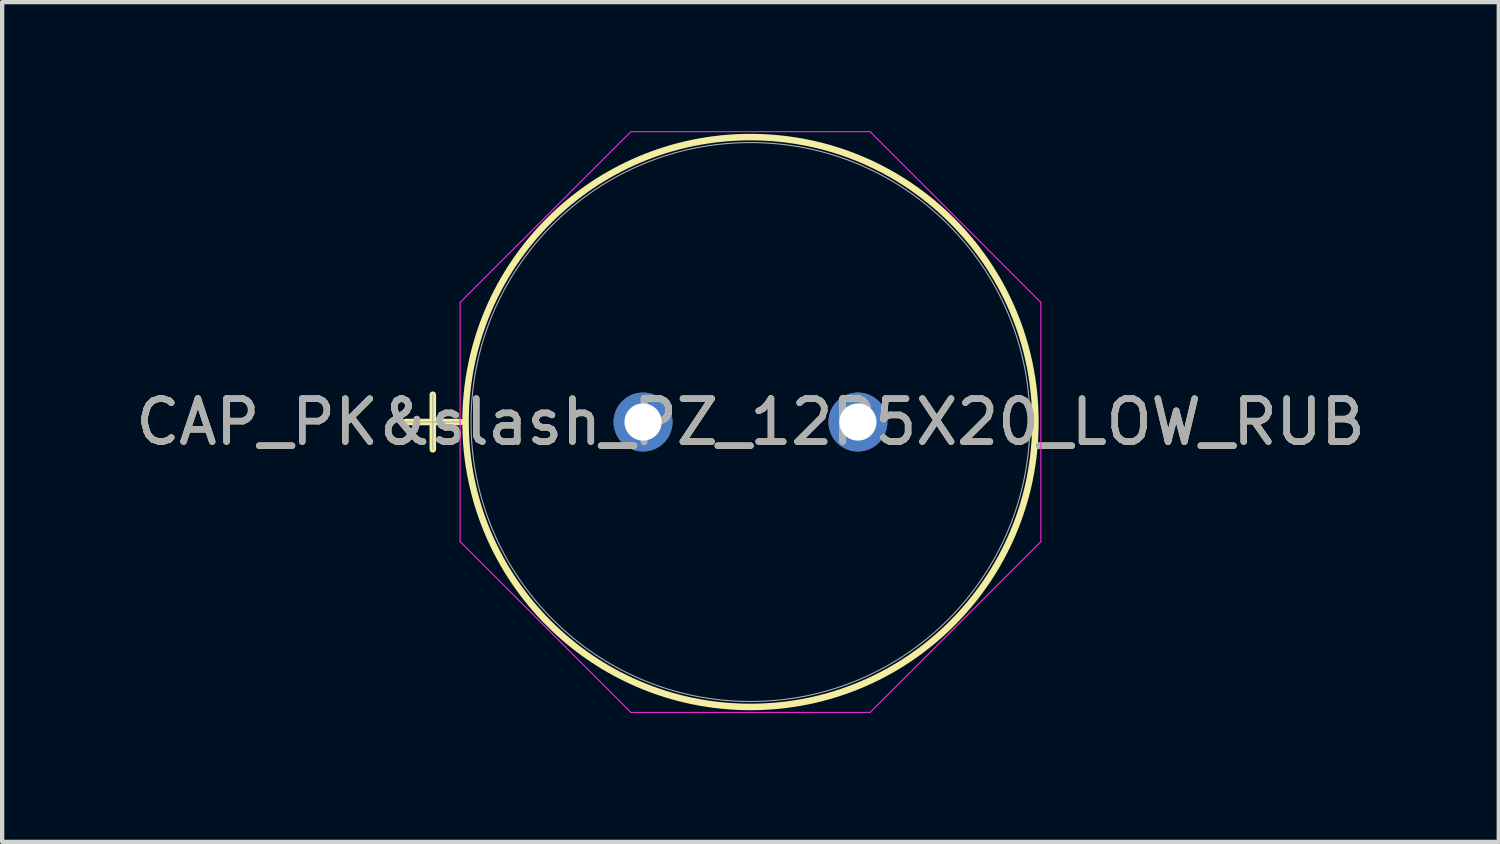
<source format=kicad_pcb>
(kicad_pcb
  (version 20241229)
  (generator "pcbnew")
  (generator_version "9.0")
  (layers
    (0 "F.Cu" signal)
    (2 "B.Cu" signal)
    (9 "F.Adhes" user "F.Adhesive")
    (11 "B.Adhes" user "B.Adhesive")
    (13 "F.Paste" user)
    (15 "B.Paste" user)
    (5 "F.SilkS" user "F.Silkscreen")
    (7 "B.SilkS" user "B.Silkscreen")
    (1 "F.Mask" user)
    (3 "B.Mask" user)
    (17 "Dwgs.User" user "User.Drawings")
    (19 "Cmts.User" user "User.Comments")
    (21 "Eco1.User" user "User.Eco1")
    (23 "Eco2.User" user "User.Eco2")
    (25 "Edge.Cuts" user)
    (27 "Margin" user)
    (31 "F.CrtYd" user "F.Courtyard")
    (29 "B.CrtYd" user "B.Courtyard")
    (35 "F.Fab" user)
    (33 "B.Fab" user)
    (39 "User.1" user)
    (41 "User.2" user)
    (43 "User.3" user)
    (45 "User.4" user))
  (footprint "CAP_PK&slash_PZ_12P5X20_LOW_RUB"
    (layer "F.Cu")
    (at 11.911 6.769)
    (property "Reference" "CAP_PK&slash_PZ_12P5X20_LOW_RUB" (at 2.5 0 0) (unlocked yes) (layer "F.SilkS") (effects (font (size 1 1) (thickness 0.15))))
    (attr through_hole)
    (fp_line (start -5.526 0) (end -4.256 0) (stroke (width 0.152) (type solid)) (layer "F.SilkS"))
    (fp_line (start -4.891 -0.635) (end -4.891 0.635) (stroke (width 0.152) (type solid)) (layer "F.SilkS"))
    (fp_circle (center 2.5 0) (end 9.129 0) (stroke (width 0.152) (type solid)) (fill no) (layer "F.SilkS"))
    (fp_line (start -4.256 -2.782) (end -0.282 -6.756) (stroke (width 0.025) (type solid)) (layer "F.CrtYd"))
    (fp_line (start -4.256 2.782) (end -4.256 -2.782) (stroke (width 0.025) (type solid)) (layer "F.CrtYd"))
    (fp_line (start -0.282 -6.756) (end 5.282 -6.756) (stroke (width 0.025) (type solid)) (layer "F.CrtYd"))
    (fp_line (start -0.282 6.756) (end -4.256 2.782) (stroke (width 0.025) (type solid)) (layer "F.CrtYd"))
    (fp_line (start 5.282 -6.756) (end 9.256 -2.782) (stroke (width 0.025) (type solid)) (layer "F.CrtYd"))
    (fp_line (start 5.282 6.756) (end -0.282 6.756) (stroke (width 0.025) (type solid)) (layer "F.CrtYd"))
    (fp_line (start 9.256 -2.782) (end 9.256 2.782) (stroke (width 0.025) (type solid)) (layer "F.CrtYd"))
    (fp_line (start 9.256 2.782) (end 5.282 6.756) (stroke (width 0.025) (type solid)) (layer "F.CrtYd"))
    (fp_line (start -5.526 0) (end -4.256 0) (stroke (width 0.025) (type solid)) (layer "F.Fab"))
    (fp_line (start -4.891 -0.635) (end -4.891 0.635) (stroke (width 0.025) (type solid)) (layer "F.Fab"))
    (fp_circle (center 2.5 0) (end 9.002 0) (stroke (width 0.025) (type solid)) (fill no) (layer "F.Fab"))
    (fp_text user "${REFERENCE}" (at 2.5 0 0) (unlocked yes) (layer "F.Fab") (effects (font (size 1 1) (thickness 0.15))))
    (pad "1" thru_hole circle (at 0 0) (size 1.372 1.372) (drill 0.864) (layers "*.Cu" "*.Mask"))
    (pad "2" thru_hole circle (at 5 0) (size 1.372 1.372) (drill 0.864) (layers "*.Cu" "*.Mask")))
  (gr_rect
    (start -3 -3)
    (end 31.821 16.538)
    (stroke (width 0.1) (type default))
    (fill no)
    (layer "Edge.Cuts")))
</source>
